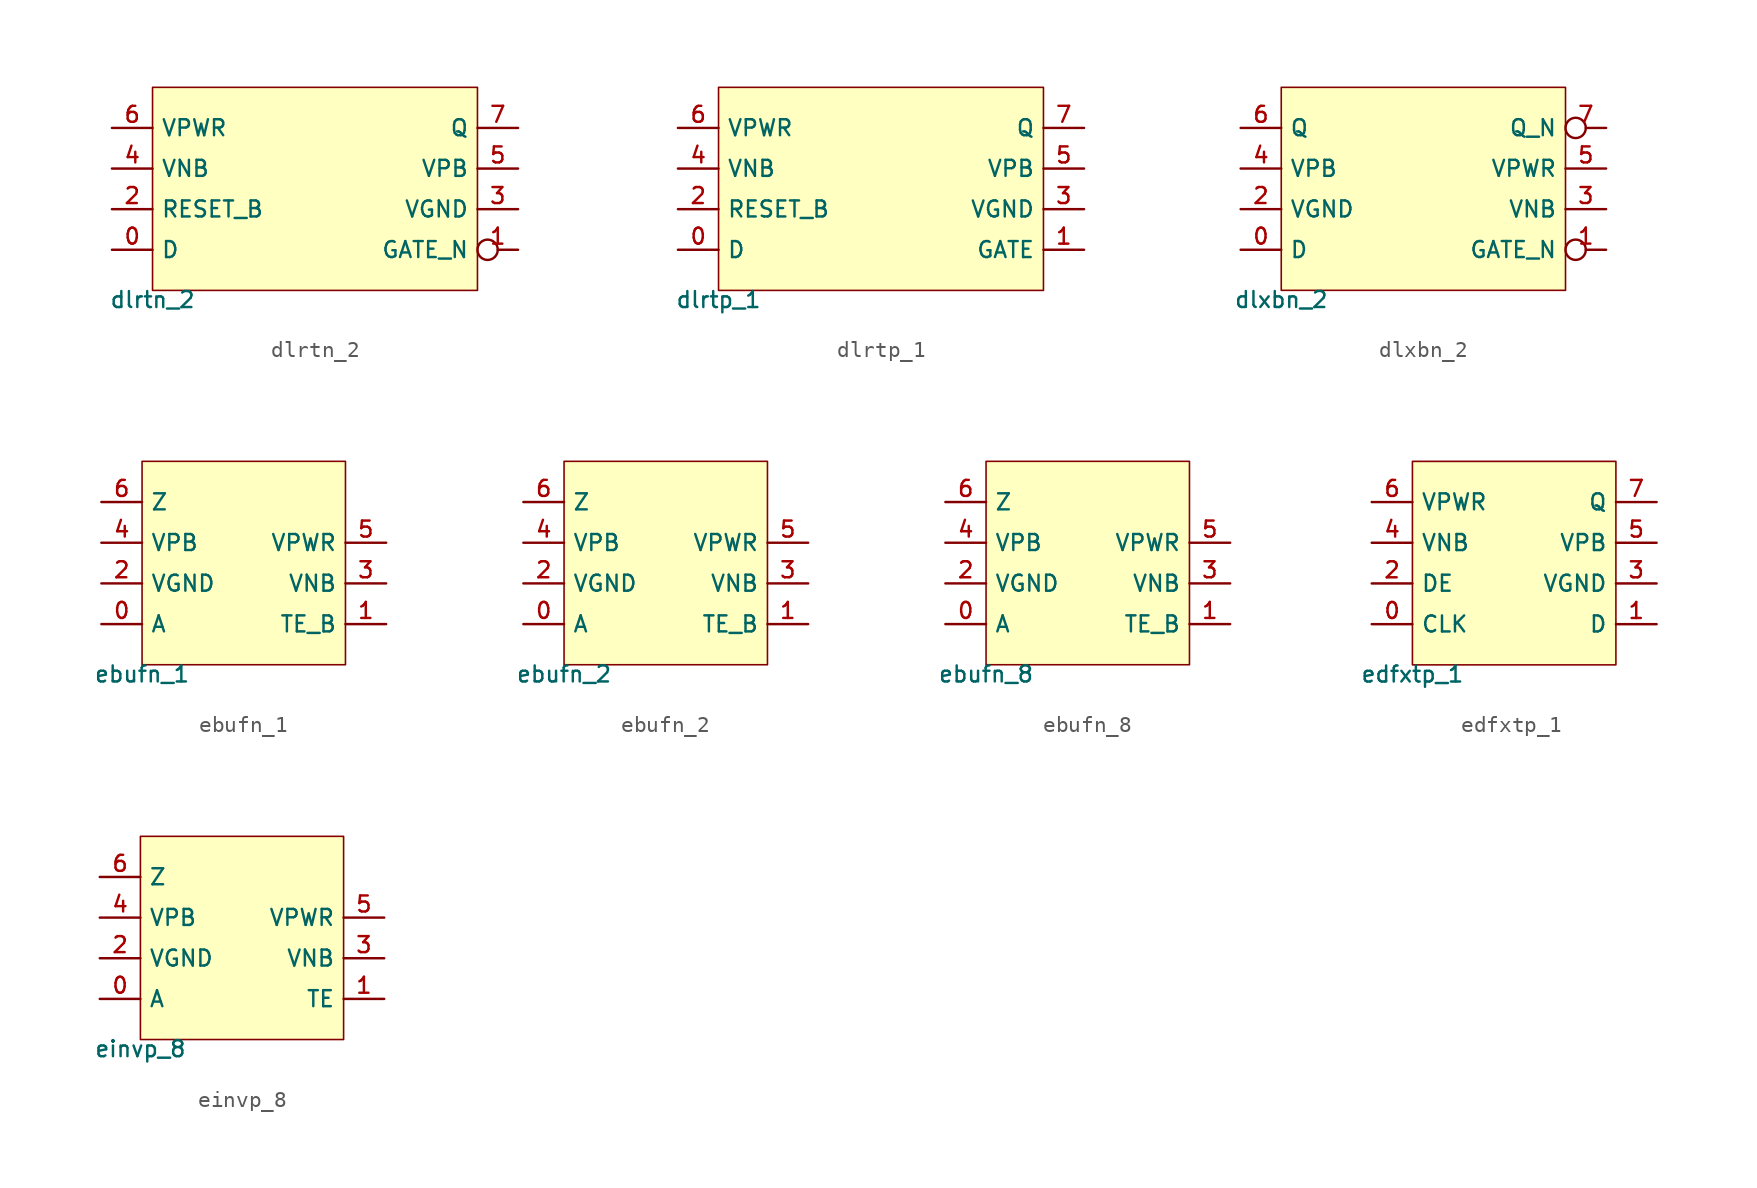
<source format=kicad_sym>
(kicad_symbol_lib
  (version 20211014)
  (generator pdk2kicad)
  (symbol "dlrtn_2"
    (property "Reference" "X"
      (at 0 0 0)
      (effects (font (size 1 1)) hide))
    (property "Value" "dlrtn_2"
      (at -10.16 -6.35 0)
      (effects (font (size 1 1)) (justify top)))
    (rectangle
      (start -10.16 -6.35)
      (end 10.16 6.35)
      (stroke (width 0.1) (type solid) (color 0 0 0 0))
      (fill (type background)))
    (pin bidirectional line
      (at -12.7 -3.81 0)
      (length 2.54)
      (name "D" (effects (font (size 1 1)) hide))
      (number "0" (effects (font (size 1 1)) hide)))
    (pin bidirectional inverted
      (at 12.7 -3.81 180)
      (length 2.54)
      (name "GATE_N" (effects (font (size 1 1)) hide))
      (number "1" (effects (font (size 1 1)) hide)))
    (pin bidirectional line
      (at -12.7 -1.27 0)
      (length 2.54)
      (name "RESET_B" (effects (font (size 1 1)) hide))
      (number "2" (effects (font (size 1 1)) hide)))
    (pin bidirectional line
      (at 12.7 -1.27 180)
      (length 2.54)
      (name "VGND" (effects (font (size 1 1)) hide))
      (number "3" (effects (font (size 1 1)) hide)))
    (pin bidirectional line
      (at -12.7 1.27 0)
      (length 2.54)
      (name "VNB" (effects (font (size 1 1)) hide))
      (number "4" (effects (font (size 1 1)) hide)))
    (pin bidirectional line
      (at 12.7 1.27 180)
      (length 2.54)
      (name "VPB" (effects (font (size 1 1)) hide))
      (number "5" (effects (font (size 1 1)) hide)))
    (pin bidirectional line
      (at -12.7 3.81 0)
      (length 2.54)
      (name "VPWR" (effects (font (size 1 1)) hide))
      (number "6" (effects (font (size 1 1)) hide)))
    (pin bidirectional line
      (at 12.7 3.81 180)
      (length 2.54)
      (name "Q" (effects (font (size 1 1)) hide))
      (number "7" (effects (font (size 1 1)) hide))))
  (symbol "dlrtp_1"
    (property "Reference" "X"
      (at 0 0 0)
      (effects (font (size 1 1)) hide))
    (property "Value" "dlrtp_1"
      (at -10.16 -6.35 0)
      (effects (font (size 1 1)) (justify top)))
    (rectangle
      (start -10.16 -6.35)
      (end 10.16 6.35)
      (stroke (width 0.1) (type solid) (color 0 0 0 0))
      (fill (type background)))
    (pin bidirectional line
      (at -12.7 -3.81 0)
      (length 2.54)
      (name "D" (effects (font (size 1 1)) hide))
      (number "0" (effects (font (size 1 1)) hide)))
    (pin bidirectional line
      (at 12.7 -3.81 180)
      (length 2.54)
      (name "GATE" (effects (font (size 1 1)) hide))
      (number "1" (effects (font (size 1 1)) hide)))
    (pin bidirectional line
      (at -12.7 -1.27 0)
      (length 2.54)
      (name "RESET_B" (effects (font (size 1 1)) hide))
      (number "2" (effects (font (size 1 1)) hide)))
    (pin bidirectional line
      (at 12.7 -1.27 180)
      (length 2.54)
      (name "VGND" (effects (font (size 1 1)) hide))
      (number "3" (effects (font (size 1 1)) hide)))
    (pin bidirectional line
      (at -12.7 1.27 0)
      (length 2.54)
      (name "VNB" (effects (font (size 1 1)) hide))
      (number "4" (effects (font (size 1 1)) hide)))
    (pin bidirectional line
      (at 12.7 1.27 180)
      (length 2.54)
      (name "VPB" (effects (font (size 1 1)) hide))
      (number "5" (effects (font (size 1 1)) hide)))
    (pin bidirectional line
      (at -12.7 3.81 0)
      (length 2.54)
      (name "VPWR" (effects (font (size 1 1)) hide))
      (number "6" (effects (font (size 1 1)) hide)))
    (pin bidirectional line
      (at 12.7 3.81 180)
      (length 2.54)
      (name "Q" (effects (font (size 1 1)) hide))
      (number "7" (effects (font (size 1 1)) hide))))
  (symbol "dlxbn_2"
    (property "Reference" "X"
      (at 0 0 0)
      (effects (font (size 1 1)) hide))
    (property "Value" "dlxbn_2"
      (at -8.89 -6.35 0)
      (effects (font (size 1 1)) (justify top)))
    (rectangle
      (start -8.89 -6.35)
      (end 8.89 6.35)
      (stroke (width 0.1) (type solid) (color 0 0 0 0))
      (fill (type background)))
    (pin bidirectional line
      (at -11.43 -3.81 0)
      (length 2.54)
      (name "D" (effects (font (size 1 1)) hide))
      (number "0" (effects (font (size 1 1)) hide)))
    (pin bidirectional inverted
      (at 11.43 -3.81 180)
      (length 2.54)
      (name "GATE_N" (effects (font (size 1 1)) hide))
      (number "1" (effects (font (size 1 1)) hide)))
    (pin bidirectional line
      (at -11.43 -1.27 0)
      (length 2.54)
      (name "VGND" (effects (font (size 1 1)) hide))
      (number "2" (effects (font (size 1 1)) hide)))
    (pin bidirectional line
      (at 11.43 -1.27 180)
      (length 2.54)
      (name "VNB" (effects (font (size 1 1)) hide))
      (number "3" (effects (font (size 1 1)) hide)))
    (pin bidirectional line
      (at -11.43 1.27 0)
      (length 2.54)
      (name "VPB" (effects (font (size 1 1)) hide))
      (number "4" (effects (font (size 1 1)) hide)))
    (pin bidirectional line
      (at 11.43 1.27 180)
      (length 2.54)
      (name "VPWR" (effects (font (size 1 1)) hide))
      (number "5" (effects (font (size 1 1)) hide)))
    (pin bidirectional line
      (at -11.43 3.81 0)
      (length 2.54)
      (name "Q" (effects (font (size 1 1)) hide))
      (number "6" (effects (font (size 1 1)) hide)))
    (pin bidirectional inverted
      (at 11.43 3.81 180)
      (length 2.54)
      (name "Q_N" (effects (font (size 1 1)) hide))
      (number "7" (effects (font (size 1 1)) hide))))
  (symbol "ebufn_1"
    (property "Reference" "X"
      (at 0 0 0)
      (effects (font (size 1 1)) hide))
    (property "Value" "ebufn_1"
      (at -6.35 -6.35 0)
      (effects (font (size 1 1)) (justify top)))
    (rectangle
      (start -6.35 -6.35)
      (end 6.35 6.35)
      (stroke (width 0.1) (type solid) (color 0 0 0 0))
      (fill (type background)))
    (pin bidirectional line
      (at -8.89 -3.81 0)
      (length 2.54)
      (name "A" (effects (font (size 1 1)) hide))
      (number "0" (effects (font (size 1 1)) hide)))
    (pin bidirectional line
      (at 8.89 -3.81 180)
      (length 2.54)
      (name "TE_B" (effects (font (size 1 1)) hide))
      (number "1" (effects (font (size 1 1)) hide)))
    (pin bidirectional line
      (at -8.89 -1.27 0)
      (length 2.54)
      (name "VGND" (effects (font (size 1 1)) hide))
      (number "2" (effects (font (size 1 1)) hide)))
    (pin bidirectional line
      (at 8.89 -1.27 180)
      (length 2.54)
      (name "VNB" (effects (font (size 1 1)) hide))
      (number "3" (effects (font (size 1 1)) hide)))
    (pin bidirectional line
      (at -8.89 1.27 0)
      (length 2.54)
      (name "VPB" (effects (font (size 1 1)) hide))
      (number "4" (effects (font (size 1 1)) hide)))
    (pin bidirectional line
      (at 8.89 1.27 180)
      (length 2.54)
      (name "VPWR" (effects (font (size 1 1)) hide))
      (number "5" (effects (font (size 1 1)) hide)))
    (pin bidirectional line
      (at -8.89 3.81 0)
      (length 2.54)
      (name "Z" (effects (font (size 1 1)) hide))
      (number "6" (effects (font (size 1 1)) hide))))
  (symbol "ebufn_2"
    (property "Reference" "X"
      (at 0 0 0)
      (effects (font (size 1 1)) hide))
    (property "Value" "ebufn_2"
      (at -6.35 -6.35 0)
      (effects (font (size 1 1)) (justify top)))
    (rectangle
      (start -6.35 -6.35)
      (end 6.35 6.35)
      (stroke (width 0.1) (type solid) (color 0 0 0 0))
      (fill (type background)))
    (pin bidirectional line
      (at -8.89 -3.81 0)
      (length 2.54)
      (name "A" (effects (font (size 1 1)) hide))
      (number "0" (effects (font (size 1 1)) hide)))
    (pin bidirectional line
      (at 8.89 -3.81 180)
      (length 2.54)
      (name "TE_B" (effects (font (size 1 1)) hide))
      (number "1" (effects (font (size 1 1)) hide)))
    (pin bidirectional line
      (at -8.89 -1.27 0)
      (length 2.54)
      (name "VGND" (effects (font (size 1 1)) hide))
      (number "2" (effects (font (size 1 1)) hide)))
    (pin bidirectional line
      (at 8.89 -1.27 180)
      (length 2.54)
      (name "VNB" (effects (font (size 1 1)) hide))
      (number "3" (effects (font (size 1 1)) hide)))
    (pin bidirectional line
      (at -8.89 1.27 0)
      (length 2.54)
      (name "VPB" (effects (font (size 1 1)) hide))
      (number "4" (effects (font (size 1 1)) hide)))
    (pin bidirectional line
      (at 8.89 1.27 180)
      (length 2.54)
      (name "VPWR" (effects (font (size 1 1)) hide))
      (number "5" (effects (font (size 1 1)) hide)))
    (pin bidirectional line
      (at -8.89 3.81 0)
      (length 2.54)
      (name "Z" (effects (font (size 1 1)) hide))
      (number "6" (effects (font (size 1 1)) hide))))
  (symbol "ebufn_8"
    (property "Reference" "X"
      (at 0 0 0)
      (effects (font (size 1 1)) hide))
    (property "Value" "ebufn_8"
      (at -6.35 -6.35 0)
      (effects (font (size 1 1)) (justify top)))
    (rectangle
      (start -6.35 -6.35)
      (end 6.35 6.35)
      (stroke (width 0.1) (type solid) (color 0 0 0 0))
      (fill (type background)))
    (pin bidirectional line
      (at -8.89 -3.81 0)
      (length 2.54)
      (name "A" (effects (font (size 1 1)) hide))
      (number "0" (effects (font (size 1 1)) hide)))
    (pin bidirectional line
      (at 8.89 -3.81 180)
      (length 2.54)
      (name "TE_B" (effects (font (size 1 1)) hide))
      (number "1" (effects (font (size 1 1)) hide)))
    (pin bidirectional line
      (at -8.89 -1.27 0)
      (length 2.54)
      (name "VGND" (effects (font (size 1 1)) hide))
      (number "2" (effects (font (size 1 1)) hide)))
    (pin bidirectional line
      (at 8.89 -1.27 180)
      (length 2.54)
      (name "VNB" (effects (font (size 1 1)) hide))
      (number "3" (effects (font (size 1 1)) hide)))
    (pin bidirectional line
      (at -8.89 1.27 0)
      (length 2.54)
      (name "VPB" (effects (font (size 1 1)) hide))
      (number "4" (effects (font (size 1 1)) hide)))
    (pin bidirectional line
      (at 8.89 1.27 180)
      (length 2.54)
      (name "VPWR" (effects (font (size 1 1)) hide))
      (number "5" (effects (font (size 1 1)) hide)))
    (pin bidirectional line
      (at -8.89 3.81 0)
      (length 2.54)
      (name "Z" (effects (font (size 1 1)) hide))
      (number "6" (effects (font (size 1 1)) hide))))
  (symbol "edfxtp_1"
    (property "Reference" "X"
      (at 0 0 0)
      (effects (font (size 1 1)) hide))
    (property "Value" "edfxtp_1"
      (at -6.35 -6.35 0)
      (effects (font (size 1 1)) (justify top)))
    (rectangle
      (start -6.35 -6.35)
      (end 6.35 6.35)
      (stroke (width 0.1) (type solid) (color 0 0 0 0))
      (fill (type background)))
    (pin bidirectional line
      (at -8.89 -3.81 0)
      (length 2.54)
      (name "CLK" (effects (font (size 1 1)) hide))
      (number "0" (effects (font (size 1 1)) hide)))
    (pin bidirectional line
      (at 8.89 -3.81 180)
      (length 2.54)
      (name "D" (effects (font (size 1 1)) hide))
      (number "1" (effects (font (size 1 1)) hide)))
    (pin bidirectional line
      (at -8.89 -1.27 0)
      (length 2.54)
      (name "DE" (effects (font (size 1 1)) hide))
      (number "2" (effects (font (size 1 1)) hide)))
    (pin bidirectional line
      (at 8.89 -1.27 180)
      (length 2.54)
      (name "VGND" (effects (font (size 1 1)) hide))
      (number "3" (effects (font (size 1 1)) hide)))
    (pin bidirectional line
      (at -8.89 1.27 0)
      (length 2.54)
      (name "VNB" (effects (font (size 1 1)) hide))
      (number "4" (effects (font (size 1 1)) hide)))
    (pin bidirectional line
      (at 8.89 1.27 180)
      (length 2.54)
      (name "VPB" (effects (font (size 1 1)) hide))
      (number "5" (effects (font (size 1 1)) hide)))
    (pin bidirectional line
      (at -8.89 3.81 0)
      (length 2.54)
      (name "VPWR" (effects (font (size 1 1)) hide))
      (number "6" (effects (font (size 1 1)) hide)))
    (pin bidirectional line
      (at 8.89 3.81 180)
      (length 2.54)
      (name "Q" (effects (font (size 1 1)) hide))
      (number "7" (effects (font (size 1 1)) hide))))
  (symbol "einvp_8"
    (property "Reference" "X"
      (at 0 0 0)
      (effects (font (size 1 1)) hide))
    (property "Value" "einvp_8"
      (at -6.35 -6.35 0)
      (effects (font (size 1 1)) (justify top)))
    (rectangle
      (start -6.35 -6.35)
      (end 6.35 6.35)
      (stroke (width 0.1) (type solid) (color 0 0 0 0))
      (fill (type background)))
    (pin bidirectional line
      (at -8.89 -3.81 0)
      (length 2.54)
      (name "A" (effects (font (size 1 1)) hide))
      (number "0" (effects (font (size 1 1)) hide)))
    (pin bidirectional line
      (at 8.89 -3.81 180)
      (length 2.54)
      (name "TE" (effects (font (size 1 1)) hide))
      (number "1" (effects (font (size 1 1)) hide)))
    (pin bidirectional line
      (at -8.89 -1.27 0)
      (length 2.54)
      (name "VGND" (effects (font (size 1 1)) hide))
      (number "2" (effects (font (size 1 1)) hide)))
    (pin bidirectional line
      (at 8.89 -1.27 180)
      (length 2.54)
      (name "VNB" (effects (font (size 1 1)) hide))
      (number "3" (effects (font (size 1 1)) hide)))
    (pin bidirectional line
      (at -8.89 1.27 0)
      (length 2.54)
      (name "VPB" (effects (font (size 1 1)) hide))
      (number "4" (effects (font (size 1 1)) hide)))
    (pin bidirectional line
      (at 8.89 1.27 180)
      (length 2.54)
      (name "VPWR" (effects (font (size 1 1)) hide))
      (number "5" (effects (font (size 1 1)) hide)))
    (pin bidirectional line
      (at -8.89 3.81 0)
      (length 2.54)
      (name "Z" (effects (font (size 1 1)) hide))
      (number "6" (effects (font (size 1 1)) hide)))))
</source>
